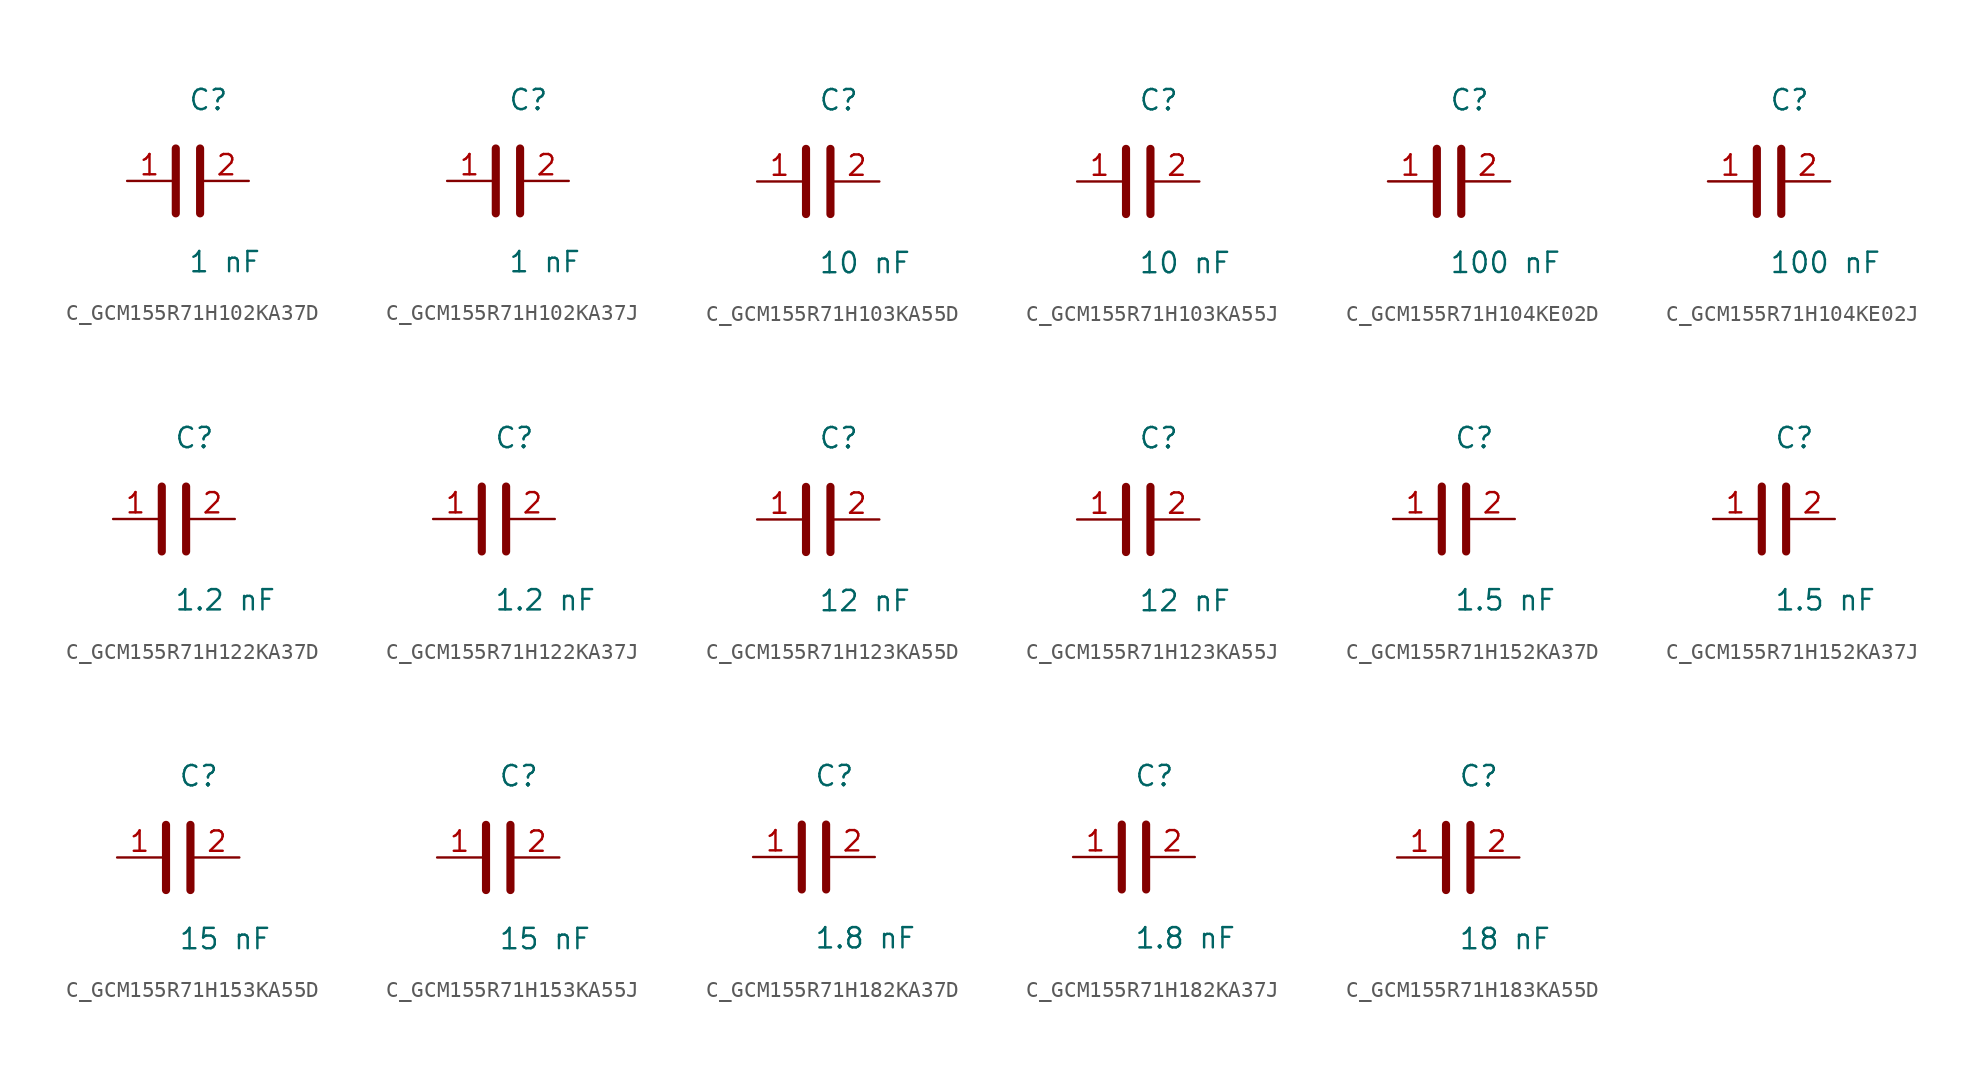
<source format=kicad_sym>
(kicad_symbol_lib
  (version 20231120)
  (generator kicad_symbol_editor)
  (generator_version 8.0)
  (symbol "C_GCM155R71H102KA37D"
    (pin_names
      (offset 0.254))
    (property "Reference" "C"
      (at 0 5.08 0)
      (effects (font (size 1.27 1.27)) (justify left)))
    (property "Value" "1 nF"
      (at 0 -5.08 0)
      (effects (font (size 1.27 1.27)) (justify left)))
    (symbol "C_GCM155R71H102KA37D_0_1"
      (polyline (pts (xy -0.762 -2.032) (xy -0.762 2.032)) (stroke (width 0.508) (type default)) (fill (type none)))
      (polyline (pts (xy 0.762 -2.032) (xy 0.762 2.032)) (stroke (width 0.508) (type default)) (fill (type none))))
    (pin unspecified line
      (at -3.81 0 0)
      (length 2.8)
      (name "" (effects (font (size 1.27 1.27))))
      (number "1" (effects (font (size 1.27 1.27)))))
    (pin unspecified line
      (at 3.81 0 180)
      (length 2.8)
      (name "" (effects (font (size 1.27 1.27))))
      (number "2" (effects (font (size 1.27 1.27))))))
  (symbol "C_GCM155R71H102KA37J"
    (pin_names
      (offset 0.254))
    (property "Reference" "C"
      (at 0 5.08 0)
      (effects (font (size 1.27 1.27)) (justify left)))
    (property "Value" "1 nF"
      (at 0 -5.08 0)
      (effects (font (size 1.27 1.27)) (justify left)))
    (symbol "C_GCM155R71H102KA37J_0_1"
      (polyline (pts (xy -0.762 -2.032) (xy -0.762 2.032)) (stroke (width 0.508) (type default)) (fill (type none)))
      (polyline (pts (xy 0.762 -2.032) (xy 0.762 2.032)) (stroke (width 0.508) (type default)) (fill (type none))))
    (pin unspecified line
      (at -3.81 0 0)
      (length 2.8)
      (name "" (effects (font (size 1.27 1.27))))
      (number "1" (effects (font (size 1.27 1.27)))))
    (pin unspecified line
      (at 3.81 0 180)
      (length 2.8)
      (name "" (effects (font (size 1.27 1.27))))
      (number "2" (effects (font (size 1.27 1.27))))))
  (symbol "C_GCM155R71H103KA55D"
    (pin_names
      (offset 0.254))
    (property "Reference" "C"
      (at 0 5.08 0)
      (effects (font (size 1.27 1.27)) (justify left)))
    (property "Value" "10 nF"
      (at 0 -5.08 0)
      (effects (font (size 1.27 1.27)) (justify left)))
    (symbol "C_GCM155R71H103KA55D_0_1"
      (polyline (pts (xy -0.762 -2.032) (xy -0.762 2.032)) (stroke (width 0.508) (type default)) (fill (type none)))
      (polyline (pts (xy 0.762 -2.032) (xy 0.762 2.032)) (stroke (width 0.508) (type default)) (fill (type none))))
    (pin unspecified line
      (at -3.81 0 0)
      (length 2.8)
      (name "" (effects (font (size 1.27 1.27))))
      (number "1" (effects (font (size 1.27 1.27)))))
    (pin unspecified line
      (at 3.81 0 180)
      (length 2.8)
      (name "" (effects (font (size 1.27 1.27))))
      (number "2" (effects (font (size 1.27 1.27))))))
  (symbol "C_GCM155R71H103KA55J"
    (pin_names
      (offset 0.254))
    (property "Reference" "C"
      (at 0 5.08 0)
      (effects (font (size 1.27 1.27)) (justify left)))
    (property "Value" "10 nF"
      (at 0 -5.08 0)
      (effects (font (size 1.27 1.27)) (justify left)))
    (symbol "C_GCM155R71H103KA55J_0_1"
      (polyline (pts (xy -0.762 -2.032) (xy -0.762 2.032)) (stroke (width 0.508) (type default)) (fill (type none)))
      (polyline (pts (xy 0.762 -2.032) (xy 0.762 2.032)) (stroke (width 0.508) (type default)) (fill (type none))))
    (pin unspecified line
      (at -3.81 0 0)
      (length 2.8)
      (name "" (effects (font (size 1.27 1.27))))
      (number "1" (effects (font (size 1.27 1.27)))))
    (pin unspecified line
      (at 3.81 0 180)
      (length 2.8)
      (name "" (effects (font (size 1.27 1.27))))
      (number "2" (effects (font (size 1.27 1.27))))))
  (symbol "C_GCM155R71H104KE02D"
    (pin_names
      (offset 0.254))
    (property "Reference" "C"
      (at 0 5.08 0)
      (effects (font (size 1.27 1.27)) (justify left)))
    (property "Value" "100 nF"
      (at 0 -5.08 0)
      (effects (font (size 1.27 1.27)) (justify left)))
    (symbol "C_GCM155R71H104KE02D_0_1"
      (polyline (pts (xy -0.762 -2.032) (xy -0.762 2.032)) (stroke (width 0.508) (type default)) (fill (type none)))
      (polyline (pts (xy 0.762 -2.032) (xy 0.762 2.032)) (stroke (width 0.508) (type default)) (fill (type none))))
    (pin unspecified line
      (at -3.81 0 0)
      (length 2.8)
      (name "" (effects (font (size 1.27 1.27))))
      (number "1" (effects (font (size 1.27 1.27)))))
    (pin unspecified line
      (at 3.81 0 180)
      (length 2.8)
      (name "" (effects (font (size 1.27 1.27))))
      (number "2" (effects (font (size 1.27 1.27))))))
  (symbol "C_GCM155R71H104KE02J"
    (pin_names
      (offset 0.254))
    (property "Reference" "C"
      (at 0 5.08 0)
      (effects (font (size 1.27 1.27)) (justify left)))
    (property "Value" "100 nF"
      (at 0 -5.08 0)
      (effects (font (size 1.27 1.27)) (justify left)))
    (symbol "C_GCM155R71H104KE02J_0_1"
      (polyline (pts (xy -0.762 -2.032) (xy -0.762 2.032)) (stroke (width 0.508) (type default)) (fill (type none)))
      (polyline (pts (xy 0.762 -2.032) (xy 0.762 2.032)) (stroke (width 0.508) (type default)) (fill (type none))))
    (pin unspecified line
      (at -3.81 0 0)
      (length 2.8)
      (name "" (effects (font (size 1.27 1.27))))
      (number "1" (effects (font (size 1.27 1.27)))))
    (pin unspecified line
      (at 3.81 0 180)
      (length 2.8)
      (name "" (effects (font (size 1.27 1.27))))
      (number "2" (effects (font (size 1.27 1.27))))))
  (symbol "C_GCM155R71H122KA37D"
    (pin_names
      (offset 0.254))
    (property "Reference" "C"
      (at 0 5.08 0)
      (effects (font (size 1.27 1.27)) (justify left)))
    (property "Value" "1.2 nF"
      (at 0 -5.08 0)
      (effects (font (size 1.27 1.27)) (justify left)))
    (symbol "C_GCM155R71H122KA37D_0_1"
      (polyline (pts (xy -0.762 -2.032) (xy -0.762 2.032)) (stroke (width 0.508) (type default)) (fill (type none)))
      (polyline (pts (xy 0.762 -2.032) (xy 0.762 2.032)) (stroke (width 0.508) (type default)) (fill (type none))))
    (pin unspecified line
      (at -3.81 0 0)
      (length 2.8)
      (name "" (effects (font (size 1.27 1.27))))
      (number "1" (effects (font (size 1.27 1.27)))))
    (pin unspecified line
      (at 3.81 0 180)
      (length 2.8)
      (name "" (effects (font (size 1.27 1.27))))
      (number "2" (effects (font (size 1.27 1.27))))))
  (symbol "C_GCM155R71H122KA37J"
    (pin_names
      (offset 0.254))
    (property "Reference" "C"
      (at 0 5.08 0)
      (effects (font (size 1.27 1.27)) (justify left)))
    (property "Value" "1.2 nF"
      (at 0 -5.08 0)
      (effects (font (size 1.27 1.27)) (justify left)))
    (symbol "C_GCM155R71H122KA37J_0_1"
      (polyline (pts (xy -0.762 -2.032) (xy -0.762 2.032)) (stroke (width 0.508) (type default)) (fill (type none)))
      (polyline (pts (xy 0.762 -2.032) (xy 0.762 2.032)) (stroke (width 0.508) (type default)) (fill (type none))))
    (pin unspecified line
      (at -3.81 0 0)
      (length 2.8)
      (name "" (effects (font (size 1.27 1.27))))
      (number "1" (effects (font (size 1.27 1.27)))))
    (pin unspecified line
      (at 3.81 0 180)
      (length 2.8)
      (name "" (effects (font (size 1.27 1.27))))
      (number "2" (effects (font (size 1.27 1.27))))))
  (symbol "C_GCM155R71H123KA55D"
    (pin_names
      (offset 0.254))
    (property "Reference" "C"
      (at 0 5.08 0)
      (effects (font (size 1.27 1.27)) (justify left)))
    (property "Value" "12 nF"
      (at 0 -5.08 0)
      (effects (font (size 1.27 1.27)) (justify left)))
    (symbol "C_GCM155R71H123KA55D_0_1"
      (polyline (pts (xy -0.762 -2.032) (xy -0.762 2.032)) (stroke (width 0.508) (type default)) (fill (type none)))
      (polyline (pts (xy 0.762 -2.032) (xy 0.762 2.032)) (stroke (width 0.508) (type default)) (fill (type none))))
    (pin unspecified line
      (at -3.81 0 0)
      (length 2.8)
      (name "" (effects (font (size 1.27 1.27))))
      (number "1" (effects (font (size 1.27 1.27)))))
    (pin unspecified line
      (at 3.81 0 180)
      (length 2.8)
      (name "" (effects (font (size 1.27 1.27))))
      (number "2" (effects (font (size 1.27 1.27))))))
  (symbol "C_GCM155R71H123KA55J"
    (pin_names
      (offset 0.254))
    (property "Reference" "C"
      (at 0 5.08 0)
      (effects (font (size 1.27 1.27)) (justify left)))
    (property "Value" "12 nF"
      (at 0 -5.08 0)
      (effects (font (size 1.27 1.27)) (justify left)))
    (symbol "C_GCM155R71H123KA55J_0_1"
      (polyline (pts (xy -0.762 -2.032) (xy -0.762 2.032)) (stroke (width 0.508) (type default)) (fill (type none)))
      (polyline (pts (xy 0.762 -2.032) (xy 0.762 2.032)) (stroke (width 0.508) (type default)) (fill (type none))))
    (pin unspecified line
      (at -3.81 0 0)
      (length 2.8)
      (name "" (effects (font (size 1.27 1.27))))
      (number "1" (effects (font (size 1.27 1.27)))))
    (pin unspecified line
      (at 3.81 0 180)
      (length 2.8)
      (name "" (effects (font (size 1.27 1.27))))
      (number "2" (effects (font (size 1.27 1.27))))))
  (symbol "C_GCM155R71H152KA37D"
    (pin_names
      (offset 0.254))
    (property "Reference" "C"
      (at 0 5.08 0)
      (effects (font (size 1.27 1.27)) (justify left)))
    (property "Value" "1.5 nF"
      (at 0 -5.08 0)
      (effects (font (size 1.27 1.27)) (justify left)))
    (symbol "C_GCM155R71H152KA37D_0_1"
      (polyline (pts (xy -0.762 -2.032) (xy -0.762 2.032)) (stroke (width 0.508) (type default)) (fill (type none)))
      (polyline (pts (xy 0.762 -2.032) (xy 0.762 2.032)) (stroke (width 0.508) (type default)) (fill (type none))))
    (pin unspecified line
      (at -3.81 0 0)
      (length 2.8)
      (name "" (effects (font (size 1.27 1.27))))
      (number "1" (effects (font (size 1.27 1.27)))))
    (pin unspecified line
      (at 3.81 0 180)
      (length 2.8)
      (name "" (effects (font (size 1.27 1.27))))
      (number "2" (effects (font (size 1.27 1.27))))))
  (symbol "C_GCM155R71H152KA37J"
    (pin_names
      (offset 0.254))
    (property "Reference" "C"
      (at 0 5.08 0)
      (effects (font (size 1.27 1.27)) (justify left)))
    (property "Value" "1.5 nF"
      (at 0 -5.08 0)
      (effects (font (size 1.27 1.27)) (justify left)))
    (symbol "C_GCM155R71H152KA37J_0_1"
      (polyline (pts (xy -0.762 -2.032) (xy -0.762 2.032)) (stroke (width 0.508) (type default)) (fill (type none)))
      (polyline (pts (xy 0.762 -2.032) (xy 0.762 2.032)) (stroke (width 0.508) (type default)) (fill (type none))))
    (pin unspecified line
      (at -3.81 0 0)
      (length 2.8)
      (name "" (effects (font (size 1.27 1.27))))
      (number "1" (effects (font (size 1.27 1.27)))))
    (pin unspecified line
      (at 3.81 0 180)
      (length 2.8)
      (name "" (effects (font (size 1.27 1.27))))
      (number "2" (effects (font (size 1.27 1.27))))))
  (symbol "C_GCM155R71H153KA55D"
    (pin_names
      (offset 0.254))
    (property "Reference" "C"
      (at 0 5.08 0)
      (effects (font (size 1.27 1.27)) (justify left)))
    (property "Value" "15 nF"
      (at 0 -5.08 0)
      (effects (font (size 1.27 1.27)) (justify left)))
    (symbol "C_GCM155R71H153KA55D_0_1"
      (polyline (pts (xy -0.762 -2.032) (xy -0.762 2.032)) (stroke (width 0.508) (type default)) (fill (type none)))
      (polyline (pts (xy 0.762 -2.032) (xy 0.762 2.032)) (stroke (width 0.508) (type default)) (fill (type none))))
    (pin unspecified line
      (at -3.81 0 0)
      (length 2.8)
      (name "" (effects (font (size 1.27 1.27))))
      (number "1" (effects (font (size 1.27 1.27)))))
    (pin unspecified line
      (at 3.81 0 180)
      (length 2.8)
      (name "" (effects (font (size 1.27 1.27))))
      (number "2" (effects (font (size 1.27 1.27))))))
  (symbol "C_GCM155R71H153KA55J"
    (pin_names
      (offset 0.254))
    (property "Reference" "C"
      (at 0 5.08 0)
      (effects (font (size 1.27 1.27)) (justify left)))
    (property "Value" "15 nF"
      (at 0 -5.08 0)
      (effects (font (size 1.27 1.27)) (justify left)))
    (symbol "C_GCM155R71H153KA55J_0_1"
      (polyline (pts (xy -0.762 -2.032) (xy -0.762 2.032)) (stroke (width 0.508) (type default)) (fill (type none)))
      (polyline (pts (xy 0.762 -2.032) (xy 0.762 2.032)) (stroke (width 0.508) (type default)) (fill (type none))))
    (pin unspecified line
      (at -3.81 0 0)
      (length 2.8)
      (name "" (effects (font (size 1.27 1.27))))
      (number "1" (effects (font (size 1.27 1.27)))))
    (pin unspecified line
      (at 3.81 0 180)
      (length 2.8)
      (name "" (effects (font (size 1.27 1.27))))
      (number "2" (effects (font (size 1.27 1.27))))))
  (symbol "C_GCM155R71H182KA37D"
    (pin_names
      (offset 0.254))
    (property "Reference" "C"
      (at 0 5.08 0)
      (effects (font (size 1.27 1.27)) (justify left)))
    (property "Value" "1.8 nF"
      (at 0 -5.08 0)
      (effects (font (size 1.27 1.27)) (justify left)))
    (symbol "C_GCM155R71H182KA37D_0_1"
      (polyline (pts (xy -0.762 -2.032) (xy -0.762 2.032)) (stroke (width 0.508) (type default)) (fill (type none)))
      (polyline (pts (xy 0.762 -2.032) (xy 0.762 2.032)) (stroke (width 0.508) (type default)) (fill (type none))))
    (pin unspecified line
      (at -3.81 0 0)
      (length 2.8)
      (name "" (effects (font (size 1.27 1.27))))
      (number "1" (effects (font (size 1.27 1.27)))))
    (pin unspecified line
      (at 3.81 0 180)
      (length 2.8)
      (name "" (effects (font (size 1.27 1.27))))
      (number "2" (effects (font (size 1.27 1.27))))))
  (symbol "C_GCM155R71H182KA37J"
    (pin_names
      (offset 0.254))
    (property "Reference" "C"
      (at 0 5.08 0)
      (effects (font (size 1.27 1.27)) (justify left)))
    (property "Value" "1.8 nF"
      (at 0 -5.08 0)
      (effects (font (size 1.27 1.27)) (justify left)))
    (symbol "C_GCM155R71H182KA37J_0_1"
      (polyline (pts (xy -0.762 -2.032) (xy -0.762 2.032)) (stroke (width 0.508) (type default)) (fill (type none)))
      (polyline (pts (xy 0.762 -2.032) (xy 0.762 2.032)) (stroke (width 0.508) (type default)) (fill (type none))))
    (pin unspecified line
      (at -3.81 0 0)
      (length 2.8)
      (name "" (effects (font (size 1.27 1.27))))
      (number "1" (effects (font (size 1.27 1.27)))))
    (pin unspecified line
      (at 3.81 0 180)
      (length 2.8)
      (name "" (effects (font (size 1.27 1.27))))
      (number "2" (effects (font (size 1.27 1.27))))))
  (symbol "C_GCM155R71H183KA55D"
    (pin_names
      (offset 0.254))
    (property "Reference" "C"
      (at 0 5.08 0)
      (effects (font (size 1.27 1.27)) (justify left)))
    (property "Value" "18 nF"
      (at 0 -5.08 0)
      (effects (font (size 1.27 1.27)) (justify left)))
    (symbol "C_GCM155R71H183KA55D_0_1"
      (polyline (pts (xy -0.762 -2.032) (xy -0.762 2.032)) (stroke (width 0.508) (type default)) (fill (type none)))
      (polyline (pts (xy 0.762 -2.032) (xy 0.762 2.032)) (stroke (width 0.508) (type default)) (fill (type none))))
    (pin unspecified line
      (at -3.81 0 0)
      (length 2.8)
      (name "" (effects (font (size 1.27 1.27))))
      (number "1" (effects (font (size 1.27 1.27)))))
    (pin unspecified line
      (at 3.81 0 180)
      (length 2.8)
      (name "" (effects (font (size 1.27 1.27))))
      (number "2" (effects (font (size 1.27 1.27)))))))
</source>
